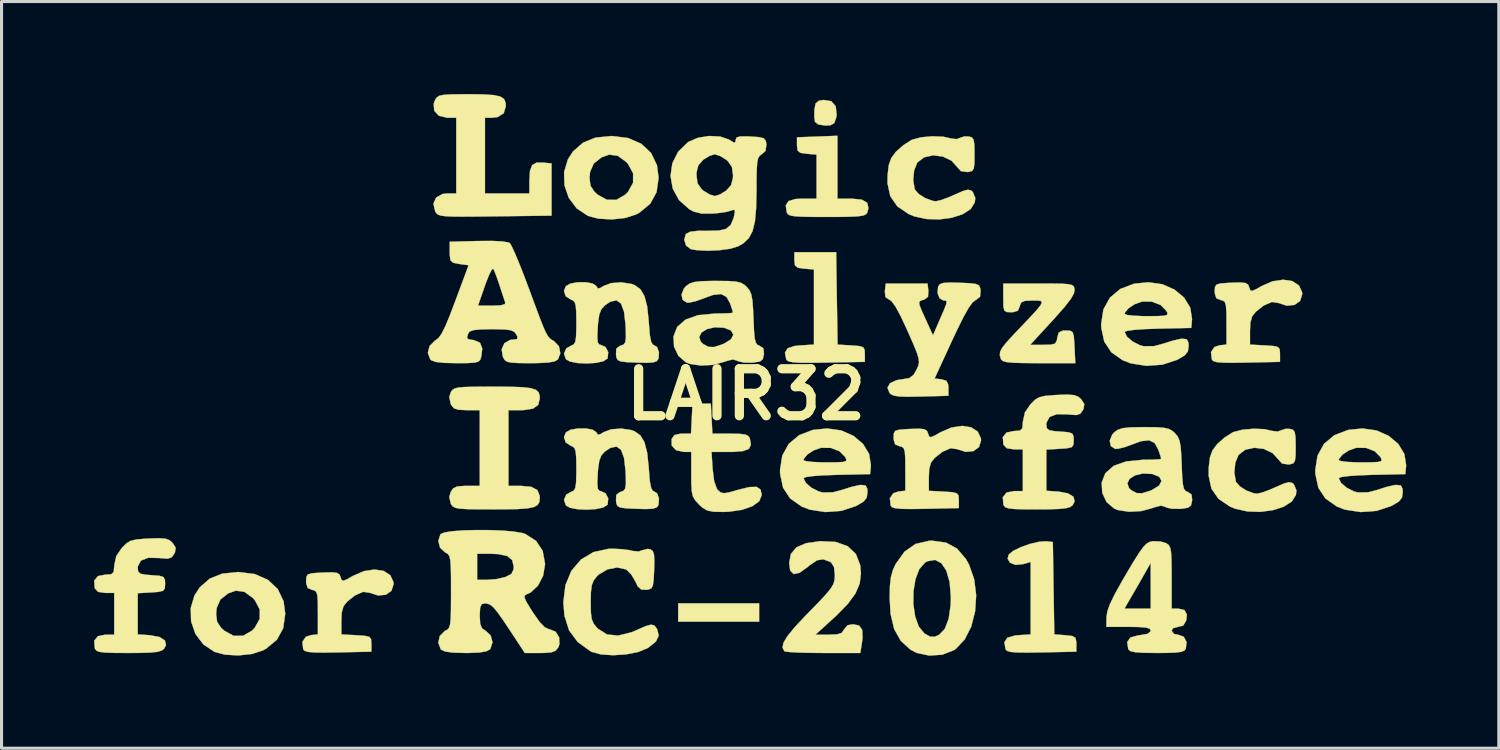
<source format=kicad_pcb>
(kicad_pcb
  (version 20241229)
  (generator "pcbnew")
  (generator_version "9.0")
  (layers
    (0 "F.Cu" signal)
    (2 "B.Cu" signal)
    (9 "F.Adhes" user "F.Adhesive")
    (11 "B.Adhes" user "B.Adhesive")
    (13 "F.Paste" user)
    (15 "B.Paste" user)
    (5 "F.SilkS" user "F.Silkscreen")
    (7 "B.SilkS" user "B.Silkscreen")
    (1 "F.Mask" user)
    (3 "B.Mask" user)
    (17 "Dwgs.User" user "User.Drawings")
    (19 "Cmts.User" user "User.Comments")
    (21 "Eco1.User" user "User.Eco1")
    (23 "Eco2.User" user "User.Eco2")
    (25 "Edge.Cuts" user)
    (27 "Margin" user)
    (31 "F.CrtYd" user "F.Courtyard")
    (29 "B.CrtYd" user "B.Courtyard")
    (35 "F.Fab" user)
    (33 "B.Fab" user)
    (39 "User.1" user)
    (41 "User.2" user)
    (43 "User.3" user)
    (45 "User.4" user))
  (footprint "LAIR32"
    (layer "F.Cu")
    (at 21.143 9.742)
    (property "Reference" "LAIR32" (at 0 0 0) (layer "F.SilkS") (effects (font (size 1.524 1.524) (thickness 0.3))))
    (attr through_hole)
    (fp_poly (pts (xy 0.423 7.366) (xy -2.201 7.366) (xy -2.201 6.773) (xy 0.423 6.773) (xy 0.423 7.366)) (stroke (width 0.01) (type solid)) (fill yes) (layer "F.SilkS"))
    (fp_poly (pts (xy 2.761 -9.511) (xy 2.907 -9.346) (xy 2.937 -9.076) (xy 2.92 -8.97) (xy 2.859 -8.799) (xy 2.738 -8.731) (xy 2.573 -8.721) (xy 2.349 -8.754) (xy 2.235 -8.839) (xy 2.235 -8.84) (xy 2.211 -9.003) (xy 2.216 -9.234) (xy 2.217 -9.242) (xy 2.256 -9.439) (xy 2.36 -9.525) (xy 2.513 -9.551) (xy 2.761 -9.511)) (stroke (width 0.01) (type solid)) (fill yes) (layer "F.SilkS"))
    (fp_poly (pts (xy 2.944 -3.116) (xy 2.967 -1.617) (xy 3.41 -1.592) (xy 3.668 -1.571) (xy 3.799 -1.531) (xy 3.846 -1.443) (xy 3.852 -1.312) (xy 3.852 -1.058) (xy 2.602 -1.035) (xy 2.104 -1.028) (xy 1.75 -1.031) (xy 1.517 -1.045) (xy 1.38 -1.073) (xy 1.315 -1.115) (xy 1.303 -1.136) (xy 1.261 -1.357) (xy 1.348 -1.498) (xy 1.577 -1.574) (xy 1.758 -1.592) (xy 2.201 -1.618) (xy 2.201 -4.054) (xy 1.884 -4.08) (xy 1.675 -4.111) (xy 1.586 -4.186) (xy 1.566 -4.348) (xy 1.566 -4.36) (xy 1.566 -4.614) (xy 2.921 -4.614) (xy 2.944 -3.116)) (stroke (width 0.01) (type solid)) (fill yes) (layer "F.SilkS"))
    (fp_poly (pts (xy 9.948 4.784) (xy 9.971 6.282) (xy 9.995 7.78) (xy 10.352 7.806) (xy 10.578 7.832) (xy 10.681 7.891) (xy 10.709 8.021) (xy 10.71 8.086) (xy 10.71 8.34) (xy 9.587 8.363) (xy 9.117 8.37) (xy 8.791 8.366) (xy 8.583 8.349) (xy 8.467 8.316) (xy 8.417 8.266) (xy 8.415 8.262) (xy 8.376 8.036) (xy 8.472 7.891) (xy 8.714 7.817) (xy 8.827 7.806) (xy 9.229 7.78) (xy 9.229 5.43) (xy 8.98 5.502) (xy 8.738 5.524) (xy 8.559 5.457) (xy 8.481 5.325) (xy 8.517 5.191) (xy 8.657 5.074) (xy 8.906 4.952) (xy 9.208 4.845) (xy 9.504 4.775) (xy 9.737 4.76) (xy 9.948 4.784)) (stroke (width 0.01) (type solid)) (fill yes) (layer "F.SilkS"))
    (fp_poly (pts (xy 2.963 -6.35) (xy 3.423 -6.35) (xy 3.751 -6.318) (xy 3.93 -6.217) (xy 3.968 -6.039) (xy 3.93 -5.896) (xy 3.889 -5.842) (xy 3.798 -5.803) (xy 3.632 -5.778) (xy 3.365 -5.764) (xy 2.971 -5.758) (xy 2.621 -5.757) (xy 2.133 -5.759) (xy 1.789 -5.766) (xy 1.561 -5.781) (xy 1.424 -5.808) (xy 1.352 -5.85) (xy 1.318 -5.91) (xy 1.316 -5.915) (xy 1.287 -6.136) (xy 1.38 -6.274) (xy 1.61 -6.34) (xy 1.829 -6.35) (xy 2.286 -6.35) (xy 2.286 -7.779) (xy 1.968 -7.805) (xy 1.76 -7.836) (xy 1.67 -7.911) (xy 1.651 -8.073) (xy 1.651 -8.086) (xy 1.651 -8.34) (xy 2.307 -8.364) (xy 2.963 -8.389) (xy 2.963 -6.35)) (stroke (width 0.01) (type solid)) (fill yes) (layer "F.SilkS"))
    (fp_poly (pts (xy -15.936 5.822) (xy -15.506 6.01) (xy -15.188 6.308) (xy -14.997 6.705) (xy -14.944 7.112) (xy -15.01 7.581) (xy -15.215 7.954) (xy -15.565 8.243) (xy -15.667 8.299) (xy -16.026 8.415) (xy -16.461 8.462) (xy -16.897 8.437) (xy -17.234 8.348) (xy -17.6 8.104) (xy -17.857 7.761) (xy -17.996 7.357) (xy -18.003 7.126) (xy -17.185 7.126) (xy -17.153 7.371) (xy -17.025 7.564) (xy -16.918 7.662) (xy -16.615 7.827) (xy -16.312 7.826) (xy -16.023 7.659) (xy -15.938 7.573) (xy -15.772 7.277) (xy -15.771 6.967) (xy -15.932 6.666) (xy -15.995 6.597) (xy -16.27 6.398) (xy -16.547 6.362) (xy -16.791 6.448) (xy -17.045 6.647) (xy -17.166 6.921) (xy -17.185 7.126) (xy -18.003 7.126) (xy -18.009 6.929) (xy -17.886 6.515) (xy -17.717 6.256) (xy -17.393 5.972) (xy -16.987 5.81) (xy -16.473 5.757) (xy -16.467 5.757) (xy -15.936 5.822)) (stroke (width 0.01) (type solid)) (fill yes) (layer "F.SilkS"))
    (fp_poly (pts (xy -3.829 -8.317) (xy -3.398 -8.13) (xy -3.081 -7.832) (xy -2.89 -7.435) (xy -2.836 -7.027) (xy -2.903 -6.559) (xy -3.108 -6.185) (xy -3.457 -5.896) (xy -3.56 -5.84) (xy -3.918 -5.724) (xy -4.354 -5.677) (xy -4.789 -5.702) (xy -5.127 -5.792) (xy -5.493 -6.036) (xy -5.75 -6.378) (xy -5.889 -6.782) (xy -5.896 -7.014) (xy -5.077 -7.014) (xy -5.045 -6.769) (xy -4.918 -6.575) (xy -4.811 -6.477) (xy -4.508 -6.312) (xy -4.204 -6.313) (xy -3.916 -6.48) (xy -3.831 -6.566) (xy -3.665 -6.863) (xy -3.663 -7.172) (xy -3.825 -7.473) (xy -3.888 -7.542) (xy -4.163 -7.741) (xy -4.44 -7.777) (xy -4.683 -7.691) (xy -4.938 -7.492) (xy -5.059 -7.219) (xy -5.077 -7.014) (xy -5.896 -7.014) (xy -5.901 -7.21) (xy -5.778 -7.624) (xy -5.61 -7.883) (xy -5.285 -8.167) (xy -4.88 -8.33) (xy -4.366 -8.382) (xy -4.36 -8.382) (xy -3.829 -8.317)) (stroke (width 0.01) (type solid)) (fill yes) (layer "F.SilkS"))
    (fp_poly (pts (xy -8.511 -9.731) (xy -8.179 -9.708) (xy -7.965 -9.66) (xy -7.846 -9.579) (xy -7.796 -9.457) (xy -7.789 -9.356) (xy -7.857 -9.123) (xy -8.054 -8.996) (xy -8.23 -8.975) (xy -8.467 -8.975) (xy -8.467 -6.519) (xy -7.027 -6.519) (xy -7.026 -6.921) (xy -7.007 -7.249) (xy -6.937 -7.438) (xy -6.797 -7.518) (xy -6.595 -7.52) (xy -6.308 -7.493) (xy -6.308 -5.8) (xy -8.145 -5.777) (xy -8.748 -5.77) (xy -9.203 -5.767) (xy -9.534 -5.77) (xy -9.761 -5.782) (xy -9.908 -5.803) (xy -9.995 -5.835) (xy -10.047 -5.881) (xy -10.08 -5.936) (xy -10.139 -6.184) (xy -10.052 -6.385) (xy -9.842 -6.502) (xy -9.696 -6.519) (xy -9.398 -6.519) (xy -9.398 -8.975) (xy -9.696 -8.975) (xy -9.959 -9.037) (xy -10.111 -9.199) (xy -10.13 -9.427) (xy -10.081 -9.557) (xy -10.029 -9.634) (xy -9.948 -9.685) (xy -9.808 -9.716) (xy -9.577 -9.731) (xy -9.224 -9.736) (xy -8.989 -9.737) (xy -8.511 -9.731)) (stroke (width 0.01) (type solid)) (fill yes) (layer "F.SilkS"))
    (fp_poly (pts (xy -1.092 1.27) (xy -0.509 1.27) (xy -0.193 1.277) (xy -0.007 1.303) (xy 0.088 1.36) (xy 0.123 1.427) (xy 0.157 1.632) (xy 0.091 1.764) (xy -0.098 1.836) (xy -0.428 1.862) (xy -0.527 1.863) (xy -1.12 1.863) (xy -1.085 2.414) (xy -1.034 2.816) (xy -0.943 3.064) (xy -0.91 3.106) (xy -0.82 3.179) (xy -0.714 3.202) (xy -0.543 3.173) (xy -0.264 3.093) (xy 0.103 3.002) (xy 0.34 2.996) (xy 0.469 3.08) (xy 0.508 3.257) (xy 0.508 3.261) (xy 0.428 3.459) (xy 0.207 3.622) (xy -0.131 3.74) (xy -0.558 3.802) (xy -0.747 3.808) (xy -1.056 3.801) (xy -1.256 3.763) (xy -1.408 3.675) (xy -1.531 3.563) (xy -1.651 3.431) (xy -1.724 3.304) (xy -1.762 3.134) (xy -1.776 2.875) (xy -1.778 2.589) (xy -1.778 1.863) (xy -2.022 1.863) (xy -2.272 1.806) (xy -2.412 1.655) (xy -2.414 1.443) (xy -2.322 1.316) (xy -2.126 1.271) (xy -2.073 1.27) (xy -1.786 1.27) (xy -1.736 0.296) (xy -1.143 0.296) (xy -1.092 1.27)) (stroke (width 0.01) (type solid)) (fill yes) (layer "F.SilkS"))
    (fp_poly (pts (xy 6.483 4.803) (xy 6.84 4.996) (xy 7.128 5.334) (xy 7.233 5.523) (xy 7.399 5.999) (xy 7.462 6.517) (xy 7.426 7.038) (xy 7.301 7.526) (xy 7.091 7.942) (xy 6.804 8.248) (xy 6.736 8.294) (xy 6.363 8.438) (xy 5.94 8.466) (xy 5.536 8.381) (xy 5.332 8.276) (xy 5.014 7.985) (xy 4.801 7.603) (xy 4.685 7.11) (xy 4.668 6.8) (xy 5.425 6.8) (xy 5.482 7.196) (xy 5.6 7.526) (xy 5.779 7.744) (xy 5.779 7.745) (xy 5.967 7.853) (xy 6.118 7.856) (xy 6.259 7.793) (xy 6.443 7.603) (xy 6.57 7.274) (xy 6.634 6.826) (xy 6.641 6.562) (xy 6.6 6.08) (xy 6.494 5.711) (xy 6.331 5.468) (xy 6.123 5.363) (xy 5.879 5.408) (xy 5.8 5.453) (xy 5.617 5.664) (xy 5.493 5.989) (xy 5.429 6.383) (xy 5.425 6.8) (xy 4.668 6.8) (xy 4.657 6.604) (xy 4.665 6.204) (xy 4.698 5.916) (xy 4.765 5.684) (xy 4.853 5.495) (xy 5.139 5.095) (xy 5.496 4.846) (xy 5.932 4.745) (xy 6.035 4.741) (xy 6.483 4.803)) (stroke (width 0.01) (type solid)) (fill yes) (layer "F.SilkS"))
    (fp_poly (pts (xy -7.646 -0.251) (xy -7.253 -0.236) (xy -6.985 -0.206) (xy -6.817 -0.152) (xy -6.727 -0.071) (xy -6.692 0.044) (xy -6.689 0.127) (xy -6.74 0.336) (xy -6.908 0.459) (xy -7.21 0.506) (xy -7.298 0.508) (xy -7.705 0.508) (xy -7.705 2.963) (xy -7.298 2.963) (xy -6.963 2.996) (xy -6.767 3.1) (xy -6.691 3.289) (xy -6.689 3.344) (xy -6.702 3.482) (xy -6.758 3.581) (xy -6.879 3.65) (xy -7.087 3.693) (xy -7.407 3.716) (xy -7.86 3.724) (xy -8.184 3.725) (xy -8.679 3.724) (xy -9.031 3.718) (xy -9.268 3.704) (xy -9.416 3.678) (xy -9.503 3.637) (xy -9.555 3.577) (xy -9.573 3.545) (xy -9.625 3.325) (xy -9.578 3.164) (xy -9.498 3.042) (xy -9.367 2.982) (xy -9.134 2.964) (xy -9.061 2.963) (xy -8.636 2.963) (xy -8.636 0.508) (xy -9.061 0.508) (xy -9.325 0.496) (xy -9.474 0.448) (xy -9.561 0.341) (xy -9.578 0.307) (xy -9.624 0.076) (xy -9.573 -0.074) (xy -9.528 -0.143) (xy -9.459 -0.191) (xy -9.34 -0.223) (xy -9.145 -0.242) (xy -8.845 -0.251) (xy -8.415 -0.254) (xy -8.184 -0.254) (xy -7.646 -0.251)) (stroke (width 0.01) (type solid)) (fill yes) (layer "F.SilkS"))
    (fp_poly (pts (xy -11.75 5.722) (xy -11.537 5.86) (xy -11.434 6.083) (xy -11.43 6.149) (xy -11.499 6.366) (xy -11.68 6.493) (xy -11.932 6.518) (xy -12.198 6.432) (xy -12.415 6.399) (xy -12.68 6.514) (xy -12.933 6.714) (xy -13.053 6.865) (xy -13.111 7.068) (xy -13.123 7.334) (xy -13.123 7.781) (xy -12.636 7.806) (xy -12.363 7.825) (xy -12.218 7.859) (xy -12.16 7.933) (xy -12.15 8.07) (xy -12.15 8.086) (xy -12.15 8.34) (xy -13.231 8.363) (xy -13.69 8.37) (xy -14.007 8.366) (xy -14.207 8.347) (xy -14.316 8.312) (xy -14.36 8.262) (xy -14.388 8.023) (xy -14.277 7.859) (xy -14.117 7.805) (xy -13.885 7.778) (xy -13.885 7.07) (xy -13.888 6.723) (xy -13.903 6.511) (xy -13.939 6.398) (xy -14.004 6.35) (xy -14.076 6.335) (xy -14.216 6.275) (xy -14.265 6.117) (xy -14.266 6.054) (xy -14.259 5.916) (xy -14.213 5.837) (xy -14.088 5.799) (xy -13.846 5.78) (xy -13.73 5.774) (xy -13.435 5.766) (xy -13.266 5.784) (xy -13.183 5.838) (xy -13.149 5.921) (xy -13.115 6.018) (xy -13.053 6.04) (xy -12.922 5.983) (xy -12.747 5.882) (xy -12.387 5.727) (xy -12.044 5.676) (xy -11.75 5.722)) (stroke (width 0.01) (type solid)) (fill yes) (layer "F.SilkS"))
    (fp_poly (pts (xy 7.3 1.065) (xy 7.513 1.203) (xy 7.616 1.426) (xy 7.62 1.493) (xy 7.551 1.709) (xy 7.37 1.837) (xy 7.118 1.861) (xy 6.852 1.775) (xy 6.635 1.742) (xy 6.37 1.857) (xy 6.117 2.057) (xy 5.997 2.208) (xy 5.939 2.411) (xy 5.927 2.678) (xy 5.927 3.124) (xy 6.413 3.15) (xy 6.687 3.168) (xy 6.832 3.203) (xy 6.89 3.277) (xy 6.9 3.413) (xy 6.9 3.429) (xy 6.9 3.683) (xy 5.819 3.707) (xy 5.36 3.714) (xy 5.043 3.709) (xy 4.843 3.69) (xy 4.734 3.656) (xy 4.69 3.606) (xy 4.662 3.367) (xy 4.773 3.203) (xy 4.933 3.148) (xy 5.165 3.121) (xy 5.165 2.413) (xy 5.162 2.067) (xy 5.147 1.855) (xy 5.111 1.742) (xy 5.046 1.693) (xy 4.974 1.678) (xy 4.834 1.618) (xy 4.785 1.46) (xy 4.784 1.397) (xy 4.791 1.259) (xy 4.837 1.181) (xy 4.962 1.142) (xy 5.204 1.123) (xy 5.32 1.118) (xy 5.615 1.109) (xy 5.784 1.127) (xy 5.867 1.182) (xy 5.901 1.264) (xy 5.935 1.362) (xy 5.997 1.384) (xy 6.128 1.326) (xy 6.303 1.226) (xy 6.663 1.07) (xy 7.006 1.019) (xy 7.3 1.065)) (stroke (width 0.01) (type solid)) (fill yes) (layer "F.SilkS"))
    (fp_poly (pts (xy 17.714 -3.676) (xy 17.927 -3.538) (xy 18.03 -3.315) (xy 18.034 -3.249) (xy 17.965 -3.032) (xy 17.784 -2.905) (xy 17.532 -2.88) (xy 17.266 -2.966) (xy 17.049 -2.999) (xy 16.784 -2.884) (xy 16.531 -2.684) (xy 16.411 -2.533) (xy 16.353 -2.33) (xy 16.341 -2.064) (xy 16.341 -1.617) (xy 16.828 -1.592) (xy 17.101 -1.573) (xy 17.246 -1.539) (xy 17.304 -1.465) (xy 17.314 -1.328) (xy 17.314 -1.312) (xy 17.314 -1.058) (xy 16.233 -1.035) (xy 15.774 -1.028) (xy 15.457 -1.032) (xy 15.257 -1.051) (xy 15.148 -1.086) (xy 15.104 -1.136) (xy 15.076 -1.375) (xy 15.187 -1.539) (xy 15.347 -1.593) (xy 15.579 -1.62) (xy 15.579 -2.328) (xy 15.576 -2.675) (xy 15.561 -2.887) (xy 15.525 -3) (xy 15.46 -3.048) (xy 15.388 -3.063) (xy 15.248 -3.123) (xy 15.199 -3.281) (xy 15.198 -3.344) (xy 15.205 -3.482) (xy 15.251 -3.561) (xy 15.376 -3.599) (xy 15.618 -3.618) (xy 15.734 -3.624) (xy 16.029 -3.632) (xy 16.198 -3.614) (xy 16.281 -3.56) (xy 16.315 -3.477) (xy 16.349 -3.38) (xy 16.411 -3.358) (xy 16.542 -3.415) (xy 16.717 -3.516) (xy 17.077 -3.671) (xy 17.42 -3.722) (xy 17.714 -3.676)) (stroke (width 0.01) (type solid)) (fill yes) (layer "F.SilkS"))
    (fp_poly (pts (xy 2.908 4.781) (xy 3.296 4.921) (xy 3.563 5.175) (xy 3.703 5.54) (xy 3.725 5.804) (xy 3.684 6.133) (xy 3.547 6.453) (xy 3.299 6.791) (xy 2.921 7.177) (xy 2.85 7.242) (xy 2.25 7.789) (xy 2.686 7.789) (xy 2.954 7.778) (xy 3.099 7.733) (xy 3.169 7.639) (xy 3.175 7.62) (xy 3.291 7.483) (xy 3.468 7.451) (xy 3.667 7.493) (xy 3.766 7.634) (xy 3.777 7.895) (xy 3.757 8.05) (xy 3.704 8.382) (xy 2.501 8.382) (xy 2.066 8.378) (xy 1.693 8.368) (xy 1.413 8.352) (xy 1.26 8.333) (xy 1.242 8.326) (xy 1.183 8.211) (xy 1.211 8.055) (xy 1.337 7.842) (xy 1.57 7.555) (xy 1.92 7.18) (xy 2.032 7.066) (xy 2.367 6.722) (xy 2.6 6.472) (xy 2.749 6.288) (xy 2.833 6.144) (xy 2.87 6.014) (xy 2.879 5.871) (xy 2.879 5.857) (xy 2.852 5.596) (xy 2.759 5.45) (xy 2.715 5.422) (xy 2.5 5.344) (xy 2.301 5.377) (xy 2.068 5.533) (xy 1.995 5.595) (xy 1.731 5.784) (xy 1.543 5.823) (xy 1.431 5.711) (xy 1.397 5.469) (xy 1.454 5.17) (xy 1.632 4.958) (xy 1.944 4.823) (xy 2.401 4.757) (xy 2.908 4.781)) (stroke (width 0.01) (type solid)) (fill yes) (layer "F.SilkS"))
    (fp_poly (pts (xy 9.941 -3.597) (xy 10.258 -3.592) (xy 10.46 -3.576) (xy 10.575 -3.547) (xy 10.629 -3.499) (xy 10.65 -3.428) (xy 10.653 -3.404) (xy 10.633 -3.281) (xy 10.536 -3.107) (xy 10.346 -2.86) (xy 10.051 -2.523) (xy 9.947 -2.409) (xy 9.212 -1.609) (xy 9.638 -1.609) (xy 9.891 -1.616) (xy 10.022 -1.652) (xy 10.075 -1.743) (xy 10.091 -1.841) (xy 10.138 -2.009) (xy 10.265 -2.069) (xy 10.372 -2.074) (xy 10.51 -2.067) (xy 10.589 -2.02) (xy 10.627 -1.894) (xy 10.646 -1.649) (xy 10.651 -1.545) (xy 10.676 -1.016) (xy 9.496 -1.016) (xy 9.017 -1.019) (xy 8.681 -1.028) (xy 8.462 -1.048) (xy 8.336 -1.081) (xy 8.275 -1.129) (xy 8.264 -1.15) (xy 8.229 -1.27) (xy 8.237 -1.382) (xy 8.305 -1.515) (xy 8.451 -1.698) (xy 8.691 -1.959) (xy 8.83 -2.105) (xy 9.172 -2.464) (xy 9.408 -2.719) (xy 9.545 -2.886) (xy 9.592 -2.984) (xy 9.559 -3.032) (xy 9.454 -3.047) (xy 9.287 -3.048) (xy 9.046 -3.037) (xy 8.926 -2.989) (xy 8.879 -2.882) (xy 8.875 -2.857) (xy 8.815 -2.717) (xy 8.657 -2.669) (xy 8.594 -2.667) (xy 8.448 -2.675) (xy 8.373 -2.726) (xy 8.344 -2.862) (xy 8.34 -3.126) (xy 8.34 -3.598) (xy 9.483 -3.598) (xy 9.941 -3.597)) (stroke (width 0.01) (type solid)) (fill yes) (layer "F.SilkS"))
    (fp_poly (pts (xy 6.399 -8.358) (xy 6.646 -8.302) (xy 6.828 -8.28) (xy 6.917 -8.314) (xy 7.076 -8.368) (xy 7.213 -8.367) (xy 7.319 -8.339) (xy 7.377 -8.264) (xy 7.403 -8.103) (xy 7.408 -7.816) (xy 7.408 -7.789) (xy 7.405 -7.493) (xy 7.383 -7.326) (xy 7.327 -7.247) (xy 7.222 -7.218) (xy 7.181 -7.213) (xy 6.967 -7.243) (xy 6.861 -7.36) (xy 6.661 -7.582) (xy 6.379 -7.716) (xy 6.067 -7.755) (xy 5.775 -7.692) (xy 5.555 -7.523) (xy 5.548 -7.513) (xy 5.449 -7.262) (xy 5.42 -6.945) (xy 5.469 -6.655) (xy 5.471 -6.65) (xy 5.595 -6.504) (xy 5.812 -6.367) (xy 6.05 -6.279) (xy 6.155 -6.266) (xy 6.312 -6.301) (xy 6.559 -6.39) (xy 6.767 -6.481) (xy 7.032 -6.597) (xy 7.193 -6.64) (xy 7.295 -6.617) (xy 7.35 -6.572) (xy 7.433 -6.373) (xy 7.416 -6.225) (xy 7.281 -6.011) (xy 7.019 -5.844) (xy 6.668 -5.73) (xy 6.265 -5.677) (xy 5.847 -5.69) (xy 5.452 -5.776) (xy 5.273 -5.85) (xy 4.903 -6.102) (xy 4.677 -6.429) (xy 4.586 -6.849) (xy 4.589 -7.117) (xy 4.628 -7.441) (xy 4.708 -7.666) (xy 4.852 -7.861) (xy 4.874 -7.885) (xy 5.104 -8.086) (xy 5.352 -8.245) (xy 5.395 -8.265) (xy 5.684 -8.341) (xy 6.046 -8.373) (xy 6.399 -8.358)) (stroke (width 0.01) (type solid)) (fill yes) (layer "F.SilkS"))
    (fp_poly (pts (xy 16.813 1.125) (xy 17.06 1.181) (xy 17.242 1.203) (xy 17.331 1.168) (xy 17.49 1.115) (xy 17.627 1.115) (xy 17.733 1.144) (xy 17.791 1.219) (xy 17.817 1.379) (xy 17.822 1.666) (xy 17.822 1.693) (xy 17.819 1.99) (xy 17.797 2.157) (xy 17.741 2.235) (xy 17.636 2.265) (xy 17.595 2.27) (xy 17.381 2.239) (xy 17.275 2.123) (xy 17.075 1.9) (xy 16.793 1.767) (xy 16.481 1.728) (xy 16.189 1.79) (xy 15.969 1.96) (xy 15.962 1.97) (xy 15.863 2.221) (xy 15.834 2.537) (xy 15.883 2.827) (xy 15.885 2.833) (xy 16.009 2.978) (xy 16.226 3.116) (xy 16.464 3.204) (xy 16.569 3.217) (xy 16.726 3.182) (xy 16.973 3.092) (xy 17.181 3.002) (xy 17.446 2.886) (xy 17.607 2.843) (xy 17.709 2.866) (xy 17.764 2.911) (xy 17.847 3.109) (xy 17.83 3.258) (xy 17.695 3.472) (xy 17.433 3.639) (xy 17.082 3.752) (xy 16.679 3.806) (xy 16.261 3.793) (xy 15.866 3.706) (xy 15.687 3.633) (xy 15.317 3.381) (xy 15.091 3.054) (xy 15 2.634) (xy 15.003 2.366) (xy 15.042 2.042) (xy 15.122 1.817) (xy 15.266 1.622) (xy 15.288 1.598) (xy 15.518 1.396) (xy 15.766 1.237) (xy 15.809 1.217) (xy 16.098 1.142) (xy 16.46 1.11) (xy 16.813 1.125)) (stroke (width 0.01) (type solid)) (fill yes) (layer "F.SilkS"))
    (fp_poly (pts (xy 3.086 1.166) (xy 3.482 1.341) (xy 3.792 1.603) (xy 3.99 1.928) (xy 4.048 2.295) (xy 4.045 2.328) (xy 4.022 2.582) (xy 2.942 2.606) (xy 2.511 2.622) (xy 2.17 2.646) (xy 1.945 2.677) (xy 1.863 2.711) (xy 1.863 2.712) (xy 1.935 2.865) (xy 2.117 3.022) (xy 2.353 3.142) (xy 2.474 3.176) (xy 2.815 3.173) (xy 3.135 3.087) (xy 3.411 2.998) (xy 3.657 2.941) (xy 3.725 2.933) (xy 3.876 2.95) (xy 3.931 3.056) (xy 3.937 3.175) (xy 3.913 3.343) (xy 3.816 3.468) (xy 3.604 3.596) (xy 3.559 3.619) (xy 3.089 3.774) (xy 2.567 3.812) (xy 2.061 3.733) (xy 1.801 3.633) (xy 1.431 3.373) (xy 1.2 3.025) (xy 1.104 2.577) (xy 1.101 2.451) (xy 1.151 2.13) (xy 1.863 2.13) (xy 1.941 2.162) (xy 2.15 2.187) (xy 2.45 2.2) (xy 2.585 2.201) (xy 2.933 2.199) (xy 3.141 2.188) (xy 3.237 2.16) (xy 3.251 2.107) (xy 3.215 2.028) (xy 3.027 1.838) (xy 2.743 1.731) (xy 2.426 1.729) (xy 2.419 1.731) (xy 2.188 1.814) (xy 1.987 1.946) (xy 1.872 2.086) (xy 1.863 2.13) (xy 1.151 2.13) (xy 1.174 1.982) (xy 1.385 1.6) (xy 1.721 1.319) (xy 2.167 1.149) (xy 2.63 1.102) (xy 3.086 1.166)) (stroke (width 0.01) (type solid)) (fill yes) (layer "F.SilkS"))
    (fp_poly (pts (xy 13.5 -3.575) (xy 13.896 -3.4) (xy 14.206 -3.139) (xy 14.404 -2.813) (xy 14.462 -2.446) (xy 14.459 -2.413) (xy 14.436 -2.159) (xy 13.356 -2.135) (xy 12.925 -2.12) (xy 12.584 -2.095) (xy 12.359 -2.064) (xy 12.277 -2.03) (xy 12.277 -2.029) (xy 12.349 -1.877) (xy 12.531 -1.72) (xy 12.767 -1.599) (xy 12.888 -1.565) (xy 13.229 -1.568) (xy 13.549 -1.654) (xy 13.825 -1.743) (xy 14.071 -1.8) (xy 14.139 -1.808) (xy 14.29 -1.792) (xy 14.345 -1.685) (xy 14.351 -1.566) (xy 14.327 -1.398) (xy 14.23 -1.273) (xy 14.018 -1.145) (xy 13.973 -1.122) (xy 13.503 -0.967) (xy 12.981 -0.929) (xy 12.475 -1.009) (xy 12.215 -1.109) (xy 11.845 -1.368) (xy 11.614 -1.717) (xy 11.518 -2.164) (xy 11.515 -2.291) (xy 11.565 -2.612) (xy 12.277 -2.612) (xy 12.355 -2.579) (xy 12.564 -2.555) (xy 12.864 -2.541) (xy 12.999 -2.54) (xy 13.347 -2.542) (xy 13.555 -2.553) (xy 13.651 -2.581) (xy 13.665 -2.635) (xy 13.629 -2.713) (xy 13.441 -2.903) (xy 13.157 -3.011) (xy 12.84 -3.012) (xy 12.833 -3.011) (xy 12.602 -2.928) (xy 12.401 -2.795) (xy 12.286 -2.655) (xy 12.277 -2.612) (xy 11.565 -2.612) (xy 11.588 -2.76) (xy 11.799 -3.141) (xy 12.135 -3.422) (xy 12.581 -3.592) (xy 13.044 -3.639) (xy 13.5 -3.575)) (stroke (width 0.01) (type solid)) (fill yes) (layer "F.SilkS"))
    (fp_poly (pts (xy 20.442 1.166) (xy 20.838 1.341) (xy 21.149 1.603) (xy 21.346 1.928) (xy 21.404 2.295) (xy 21.402 2.328) (xy 21.378 2.582) (xy 20.299 2.606) (xy 19.868 2.622) (xy 19.527 2.646) (xy 19.302 2.677) (xy 19.219 2.711) (xy 19.219 2.712) (xy 19.292 2.865) (xy 19.473 3.022) (xy 19.71 3.142) (xy 19.831 3.176) (xy 20.172 3.173) (xy 20.492 3.087) (xy 20.768 2.998) (xy 21.013 2.941) (xy 21.082 2.933) (xy 21.232 2.95) (xy 21.288 3.056) (xy 21.294 3.175) (xy 21.27 3.343) (xy 21.172 3.468) (xy 20.961 3.596) (xy 20.916 3.619) (xy 20.446 3.774) (xy 19.924 3.812) (xy 19.418 3.733) (xy 19.158 3.633) (xy 18.787 3.373) (xy 18.557 3.025) (xy 18.461 2.577) (xy 18.457 2.451) (xy 18.508 2.13) (xy 19.219 2.13) (xy 19.298 2.162) (xy 19.506 2.187) (xy 19.807 2.2) (xy 19.942 2.201) (xy 20.29 2.199) (xy 20.497 2.188) (xy 20.594 2.16) (xy 20.607 2.107) (xy 20.572 2.028) (xy 20.384 1.838) (xy 20.099 1.731) (xy 19.782 1.729) (xy 19.775 1.731) (xy 19.545 1.814) (xy 19.344 1.946) (xy 19.229 2.086) (xy 19.219 2.13) (xy 18.508 2.13) (xy 18.531 1.982) (xy 18.742 1.6) (xy 19.078 1.319) (xy 19.523 1.149) (xy 19.987 1.102) (xy 20.442 1.166)) (stroke (width 0.01) (type solid)) (fill yes) (layer "F.SilkS"))
    (fp_poly (pts (xy -4.027 5.016) (xy -3.78 5.048) (xy -3.683 5.073) (xy -3.483 5.091) (xy -3.377 5.054) (xy -3.19 5.007) (xy -3.098 5.023) (xy -3.024 5.079) (xy -2.984 5.201) (xy -2.974 5.425) (xy -2.981 5.693) (xy -2.997 6.01) (xy -3.023 6.196) (xy -3.073 6.288) (xy -3.164 6.324) (xy -3.235 6.334) (xy -3.401 6.325) (xy -3.512 6.222) (xy -3.588 6.066) (xy -3.719 5.842) (xy -3.877 5.683) (xy -3.896 5.672) (xy -4.175 5.609) (xy -4.489 5.669) (xy -4.774 5.835) (xy -4.834 5.892) (xy -4.942 6.03) (xy -5.004 6.187) (xy -5.032 6.414) (xy -5.038 6.736) (xy -5.032 7.069) (xy -5.005 7.284) (xy -4.943 7.433) (xy -4.832 7.568) (xy -4.805 7.595) (xy -4.512 7.781) (xy -4.149 7.819) (xy -3.711 7.709) (xy -3.539 7.636) (xy -3.254 7.511) (xy -3.078 7.463) (xy -2.971 7.492) (xy -2.892 7.595) (xy -2.882 7.614) (xy -2.831 7.82) (xy -2.923 8.011) (xy -3.169 8.209) (xy -3.196 8.226) (xy -3.499 8.35) (xy -3.892 8.428) (xy -4.315 8.455) (xy -4.709 8.428) (xy -5.011 8.345) (xy -5.038 8.331) (xy -5.458 8.028) (xy -5.739 7.649) (xy -5.89 7.175) (xy -5.925 6.737) (xy -5.858 6.182) (xy -5.663 5.716) (xy -5.355 5.353) (xy -4.949 5.111) (xy -4.459 5.005) (xy -4.323 5.001) (xy -4.027 5.016)) (stroke (width 0.01) (type solid)) (fill yes) (layer "F.SilkS"))
    (fp_poly (pts (xy 13.442 4.768) (xy 13.627 4.824) (xy 13.701 4.876) (xy 13.75 4.959) (xy 13.78 5.104) (xy 13.795 5.342) (xy 13.8 5.703) (xy 13.801 5.93) (xy 13.801 6.943) (xy 14.007 6.943) (xy 14.216 6.99) (xy 14.295 7.14) (xy 14.273 7.328) (xy 14.176 7.495) (xy 14.011 7.535) (xy 13.842 7.58) (xy 13.801 7.662) (xy 13.874 7.765) (xy 14.007 7.789) (xy 14.195 7.858) (xy 14.285 8.032) (xy 14.259 8.243) (xy 14.21 8.307) (xy 14.099 8.348) (xy 13.897 8.371) (xy 13.574 8.381) (xy 13.323 8.382) (xy 12.906 8.377) (xy 12.63 8.359) (xy 12.47 8.325) (xy 12.399 8.271) (xy 12.394 8.26) (xy 12.358 8.028) (xy 12.465 7.88) (xy 12.72 7.81) (xy 12.764 7.806) (xy 13.021 7.762) (xy 13.121 7.676) (xy 13.123 7.657) (xy 13.089 7.596) (xy 12.966 7.558) (xy 12.727 7.54) (xy 12.404 7.535) (xy 11.684 7.535) (xy 11.687 7.218) (xy 11.715 7.036) (xy 11.748 6.943) (xy 12.27 6.943) (xy 13.123 6.943) (xy 13.122 6.202) (xy 13.121 5.461) (xy 12.905 5.842) (xy 12.725 6.157) (xy 12.535 6.487) (xy 12.479 6.583) (xy 12.27 6.943) (xy 11.748 6.943) (xy 11.8 6.797) (xy 11.955 6.477) (xy 12.191 6.052) (xy 12.314 5.842) (xy 12.562 5.424) (xy 12.747 5.131) (xy 12.885 4.941) (xy 12.996 4.83) (xy 13.099 4.776) (xy 13.195 4.757) (xy 13.442 4.768)) (stroke (width 0.01) (type solid)) (fill yes) (layer "F.SilkS"))
    (fp_poly (pts (xy -18.83 4.676) (xy -18.696 4.725) (xy -18.598 4.811) (xy -18.496 4.967) (xy -18.52 5.121) (xy -18.544 5.168) (xy -18.628 5.282) (xy -18.753 5.324) (xy -18.976 5.309) (xy -19.023 5.303) (xy -19.387 5.295) (xy -19.623 5.386) (xy -19.724 5.573) (xy -19.727 5.629) (xy -19.712 5.749) (xy -19.636 5.814) (xy -19.459 5.846) (xy -19.283 5.859) (xy -19.024 5.879) (xy -18.892 5.92) (xy -18.845 6.007) (xy -18.838 6.138) (xy -18.848 6.287) (xy -18.905 6.365) (xy -19.053 6.401) (xy -19.283 6.418) (xy -19.727 6.444) (xy -19.727 7.78) (xy -19.334 7.806) (xy -19.026 7.862) (xy -18.846 7.974) (xy -18.81 8.127) (xy -18.875 8.248) (xy -18.954 8.306) (xy -19.095 8.346) (xy -19.326 8.369) (xy -19.677 8.38) (xy -20.028 8.382) (xy -20.467 8.38) (xy -20.766 8.37) (xy -20.953 8.349) (xy -21.057 8.313) (xy -21.108 8.257) (xy -21.121 8.225) (xy -21.138 7.984) (xy -21.016 7.837) (xy -20.777 7.789) (xy -20.489 7.789) (xy -20.489 6.435) (xy -20.78 6.435) (xy -21.009 6.401) (xy -21.116 6.289) (xy -21.121 6.277) (xy -21.138 6.037) (xy -21.016 5.889) (xy -20.777 5.842) (xy -20.584 5.828) (xy -20.505 5.752) (xy -20.489 5.562) (xy -20.489 5.547) (xy -20.422 5.238) (xy -20.244 4.978) (xy -20.103 4.834) (xy -19.963 4.748) (xy -19.773 4.702) (xy -19.48 4.677) (xy -19.376 4.672) (xy -19.042 4.661) (xy -18.83 4.676)) (stroke (width 0.01) (type solid)) (fill yes) (layer "F.SilkS"))
    (fp_poly (pts (xy 10.634 0.02) (xy 10.768 0.069) (xy 10.866 0.154) (xy 10.968 0.311) (xy 10.944 0.464) (xy 10.92 0.511) (xy 10.836 0.625) (xy 10.711 0.667) (xy 10.488 0.652) (xy 10.441 0.646) (xy 10.077 0.638) (xy 9.841 0.729) (xy 9.74 0.916) (xy 9.737 0.972) (xy 9.752 1.093) (xy 9.828 1.158) (xy 10.005 1.19) (xy 10.181 1.202) (xy 10.44 1.222) (xy 10.572 1.263) (xy 10.619 1.35) (xy 10.626 1.482) (xy 10.616 1.63) (xy 10.559 1.709) (xy 10.411 1.744) (xy 10.181 1.761) (xy 9.737 1.787) (xy 9.737 3.123) (xy 10.13 3.149) (xy 10.438 3.206) (xy 10.618 3.318) (xy 10.654 3.471) (xy 10.589 3.591) (xy 10.51 3.65) (xy 10.369 3.689) (xy 10.138 3.712) (xy 9.787 3.723) (xy 9.436 3.725) (xy 8.997 3.723) (xy 8.698 3.714) (xy 8.511 3.693) (xy 8.407 3.656) (xy 8.356 3.6) (xy 8.343 3.568) (xy 8.326 3.328) (xy 8.448 3.18) (xy 8.687 3.133) (xy 8.975 3.133) (xy 8.975 1.778) (xy 8.684 1.778) (xy 8.455 1.744) (xy 8.348 1.633) (xy 8.343 1.621) (xy 8.326 1.38) (xy 8.448 1.233) (xy 8.687 1.185) (xy 8.88 1.172) (xy 8.959 1.095) (xy 8.975 0.905) (xy 8.975 0.89) (xy 9.042 0.581) (xy 9.22 0.321) (xy 9.361 0.177) (xy 9.501 0.092) (xy 9.691 0.046) (xy 9.984 0.021) (xy 10.088 0.015) (xy 10.422 0.004) (xy 10.634 0.02)) (stroke (width 0.01) (type solid)) (fill yes) (layer "F.SilkS"))
    (fp_poly (pts (xy 6.932 -3.623) (xy 7.258 -3.608) (xy 7.453 -3.584) (xy 7.551 -3.537) (xy 7.592 -3.454) (xy 7.605 -3.365) (xy 7.588 -3.171) (xy 7.457 -3.067) (xy 7.443 -3.062) (xy 7.341 -2.982) (xy 7.212 -2.801) (xy 7.045 -2.502) (xy 6.831 -2.07) (xy 6.683 -1.755) (xy 6.113 -0.518) (xy 6.337 -0.492) (xy 6.499 -0.443) (xy 6.557 -0.313) (xy 6.562 -0.212) (xy 6.562 0.042) (xy 5.664 0.066) (xy 5.247 0.073) (xy 4.967 0.065) (xy 4.791 0.037) (xy 4.688 -0.013) (xy 4.653 -0.047) (xy 4.585 -0.22) (xy 4.668 -0.366) (xy 4.882 -0.465) (xy 5.054 -0.491) (xy 5.291 -0.531) (xy 5.432 -0.636) (xy 5.529 -0.805) (xy 5.584 -0.929) (xy 5.608 -1.041) (xy 5.595 -1.173) (xy 5.537 -1.359) (xy 5.426 -1.632) (xy 5.254 -2.023) (xy 5.236 -2.063) (xy 5.018 -2.533) (xy 4.845 -2.852) (xy 4.712 -3.031) (xy 4.641 -3.077) (xy 4.52 -3.158) (xy 4.5 -3.338) (xy 4.502 -3.359) (xy 4.53 -3.598) (xy 5.884 -3.598) (xy 5.912 -3.359) (xy 5.9 -3.17) (xy 5.79 -3.082) (xy 5.764 -3.074) (xy 5.661 -3.044) (xy 5.613 -2.996) (xy 5.624 -2.898) (xy 5.698 -2.713) (xy 5.831 -2.42) (xy 6.061 -1.919) (xy 6.29 -2.447) (xy 6.421 -2.749) (xy 6.49 -2.928) (xy 6.504 -3.016) (xy 6.47 -3.045) (xy 6.398 -3.048) (xy 6.275 -3.12) (xy 6.21 -3.29) (xy 6.227 -3.492) (xy 6.231 -3.505) (xy 6.286 -3.578) (xy 6.404 -3.618) (xy 6.621 -3.63) (xy 6.932 -3.623)) (stroke (width 0.01) (type solid)) (fill yes) (layer "F.SilkS"))
    (fp_poly (pts (xy -0.586 -3.679) (xy -0.334 -3.662) (xy -0.169 -3.623) (xy -0.052 -3.555) (xy 0.019 -3.49) (xy 0.11 -3.381) (xy 0.169 -3.246) (xy 0.206 -3.045) (xy 0.229 -2.74) (xy 0.241 -2.461) (xy 0.257 -2.075) (xy 0.279 -1.825) (xy 0.315 -1.681) (xy 0.37 -1.609) (xy 0.437 -1.58) (xy 0.56 -1.5) (xy 0.58 -1.322) (xy 0.578 -1.297) (xy 0.543 -1.146) (xy 0.45 -1.07) (xy 0.25 -1.037) (xy 0.184 -1.032) (xy -0.067 -1.035) (xy -0.255 -1.076) (xy -0.291 -1.096) (xy -0.431 -1.137) (xy -0.658 -1.078) (xy -0.705 -1.059) (xy -1.069 -0.961) (xy -1.465 -0.938) (xy -1.82 -0.991) (xy -1.946 -1.04) (xy -2.195 -1.252) (xy -2.336 -1.551) (xy -2.353 -1.863) (xy -1.521 -1.863) (xy -1.467 -1.706) (xy -1.39 -1.635) (xy -1.22 -1.544) (xy -1.037 -1.539) (xy -0.78 -1.621) (xy -0.717 -1.647) (xy -0.489 -1.788) (xy -0.413 -1.941) (xy -0.49 -2.076) (xy -0.715 -2.164) (xy -1.017 -2.179) (xy -1.27 -2.12) (xy -1.447 -2.008) (xy -1.521 -1.863) (xy -2.353 -1.863) (xy -2.354 -1.88) (xy -2.236 -2.186) (xy -2.233 -2.191) (xy -1.965 -2.427) (xy -1.558 -2.572) (xy -1.016 -2.624) (xy -0.976 -2.625) (xy -0.695 -2.629) (xy -0.496 -2.64) (xy -0.423 -2.654) (xy -0.448 -2.746) (xy -0.509 -2.93) (xy -0.515 -2.947) (xy -0.635 -3.165) (xy -0.813 -3.257) (xy -1.076 -3.227) (xy -1.343 -3.129) (xy -1.61 -3.032) (xy -1.833 -2.98) (xy -1.919 -2.978) (xy -2.06 -3.072) (xy -2.092 -3.243) (xy -2.014 -3.438) (xy -1.942 -3.518) (xy -1.828 -3.598) (xy -1.673 -3.648) (xy -1.438 -3.674) (xy -1.084 -3.683) (xy -0.967 -3.683) (xy -0.586 -3.679)) (stroke (width 0.01) (type solid)) (fill yes) (layer "F.SilkS"))
    (fp_poly (pts (xy 13.299 1.062) (xy 13.551 1.08) (xy 13.716 1.119) (xy 13.833 1.187) (xy 13.904 1.251) (xy 13.995 1.36) (xy 14.055 1.496) (xy 14.092 1.696) (xy 14.115 2.001) (xy 14.126 2.28) (xy 14.142 2.667) (xy 14.165 2.916) (xy 14.2 3.061) (xy 14.256 3.133) (xy 14.323 3.161) (xy 14.445 3.241) (xy 14.466 3.419) (xy 14.463 3.444) (xy 14.428 3.596) (xy 14.335 3.671) (xy 14.135 3.704) (xy 14.07 3.709) (xy 13.818 3.706) (xy 13.63 3.666) (xy 13.595 3.645) (xy 13.455 3.604) (xy 13.227 3.663) (xy 13.18 3.682) (xy 12.817 3.78) (xy 12.42 3.803) (xy 12.065 3.75) (xy 11.94 3.701) (xy 11.69 3.489) (xy 11.55 3.191) (xy 11.532 2.878) (xy 12.364 2.878) (xy 12.418 3.035) (xy 12.495 3.106) (xy 12.665 3.197) (xy 12.848 3.202) (xy 13.105 3.121) (xy 13.168 3.095) (xy 13.396 2.953) (xy 13.472 2.801) (xy 13.396 2.666) (xy 13.17 2.578) (xy 12.868 2.562) (xy 12.616 2.621) (xy 12.439 2.733) (xy 12.364 2.878) (xy 11.532 2.878) (xy 11.531 2.861) (xy 11.649 2.555) (xy 11.653 2.55) (xy 11.92 2.314) (xy 12.327 2.17) (xy 12.87 2.117) (xy 12.909 2.117) (xy 13.19 2.113) (xy 13.389 2.102) (xy 13.462 2.087) (xy 13.437 1.995) (xy 13.376 1.812) (xy 13.37 1.794) (xy 13.251 1.576) (xy 13.072 1.485) (xy 12.809 1.514) (xy 12.542 1.612) (xy 12.276 1.709) (xy 12.053 1.762) (xy 11.966 1.763) (xy 11.826 1.67) (xy 11.793 1.498) (xy 11.871 1.304) (xy 11.943 1.223) (xy 12.058 1.143) (xy 12.213 1.093) (xy 12.447 1.067) (xy 12.802 1.059) (xy 12.918 1.058) (xy 13.299 1.062)) (stroke (width 0.01) (type solid)) (fill yes) (layer "F.SilkS"))
    (fp_poly (pts (xy -4.983 -3.602) (xy -4.861 -3.523) (xy -4.857 -3.515) (xy -4.804 -3.435) (xy -4.707 -3.463) (xy -4.629 -3.515) (xy -4.379 -3.611) (xy -4.052 -3.636) (xy -3.728 -3.589) (xy -3.612 -3.547) (xy -3.426 -3.413) (xy -3.295 -3.192) (xy -3.208 -2.859) (xy -3.157 -2.387) (xy -3.152 -2.307) (xy -3.121 -1.929) (xy -3.077 -1.703) (xy -3.018 -1.612) (xy -3.001 -1.609) (xy -2.886 -1.537) (xy -2.824 -1.367) (xy -2.838 -1.17) (xy -2.845 -1.152) (xy -2.899 -1.079) (xy -3.017 -1.039) (xy -3.234 -1.027) (xy -3.545 -1.034) (xy -3.872 -1.049) (xy -4.066 -1.072) (xy -4.165 -1.119) (xy -4.205 -1.203) (xy -4.218 -1.297) (xy -4.208 -1.485) (xy -4.097 -1.574) (xy -4.062 -1.585) (xy -3.968 -1.622) (xy -3.916 -1.697) (xy -3.897 -1.85) (xy -3.902 -2.118) (xy -3.909 -2.26) (xy -3.957 -2.683) (xy -4.053 -2.946) (xy -4.201 -3.053) (xy -4.405 -3.008) (xy -4.579 -2.89) (xy -4.692 -2.767) (xy -4.76 -2.594) (xy -4.799 -2.321) (xy -4.81 -2.17) (xy -4.823 -1.865) (xy -4.81 -1.693) (xy -4.765 -1.62) (xy -4.712 -1.609) (xy -4.555 -1.538) (xy -4.47 -1.372) (xy -4.489 -1.181) (xy -4.499 -1.162) (xy -4.629 -1.078) (xy -4.87 -1.025) (xy -5.168 -1.006) (xy -5.467 -1.02) (xy -5.712 -1.069) (xy -5.841 -1.142) (xy -5.905 -1.325) (xy -5.829 -1.495) (xy -5.672 -1.584) (xy -5.589 -1.623) (xy -5.538 -1.708) (xy -5.513 -1.876) (xy -5.504 -2.163) (xy -5.503 -2.328) (xy -5.507 -2.676) (xy -5.525 -2.89) (xy -5.564 -3.006) (xy -5.632 -3.06) (xy -5.672 -3.072) (xy -5.849 -3.184) (xy -5.905 -3.36) (xy -5.841 -3.515) (xy -5.693 -3.597) (xy -5.46 -3.639) (xy -5.203 -3.64) (xy -4.983 -3.602)) (stroke (width 0.01) (type solid)) (fill yes) (layer "F.SilkS"))
    (fp_poly (pts (xy -4.983 1.14) (xy -4.861 1.218) (xy -4.857 1.226) (xy -4.804 1.307) (xy -4.707 1.278) (xy -4.629 1.226) (xy -4.379 1.131) (xy -4.052 1.105) (xy -3.728 1.152) (xy -3.612 1.195) (xy -3.426 1.328) (xy -3.295 1.549) (xy -3.208 1.883) (xy -3.157 2.355) (xy -3.152 2.434) (xy -3.121 2.812) (xy -3.077 3.038) (xy -3.018 3.129) (xy -3.001 3.133) (xy -2.886 3.205) (xy -2.824 3.374) (xy -2.838 3.571) (xy -2.845 3.59) (xy -2.899 3.663) (xy -3.017 3.702) (xy -3.234 3.715) (xy -3.545 3.708) (xy -3.872 3.693) (xy -4.066 3.669) (xy -4.165 3.622) (xy -4.205 3.538) (xy -4.218 3.444) (xy -4.208 3.256) (xy -4.097 3.167) (xy -4.062 3.157) (xy -3.968 3.119) (xy -3.916 3.044) (xy -3.897 2.891) (xy -3.902 2.624) (xy -3.909 2.481) (xy -3.957 2.058) (xy -4.053 1.795) (xy -4.201 1.688) (xy -4.405 1.733) (xy -4.579 1.851) (xy -4.692 1.974) (xy -4.76 2.147) (xy -4.799 2.42) (xy -4.81 2.571) (xy -4.823 2.876) (xy -4.81 3.048) (xy -4.765 3.121) (xy -4.712 3.133) (xy -4.555 3.204) (xy -4.47 3.369) (xy -4.489 3.56) (xy -4.499 3.579) (xy -4.629 3.664) (xy -4.87 3.716) (xy -5.168 3.735) (xy -5.467 3.721) (xy -5.712 3.673) (xy -5.841 3.599) (xy -5.905 3.416) (xy -5.829 3.246) (xy -5.672 3.157) (xy -5.589 3.119) (xy -5.538 3.033) (xy -5.513 2.865) (xy -5.504 2.578) (xy -5.503 2.413) (xy -5.507 2.066) (xy -5.525 1.852) (xy -5.564 1.736) (xy -5.632 1.682) (xy -5.672 1.669) (xy -5.849 1.557) (xy -5.905 1.381) (xy -5.841 1.227) (xy -5.693 1.144) (xy -5.46 1.103) (xy -5.203 1.101) (xy -4.983 1.14)) (stroke (width 0.01) (type solid)) (fill yes) (layer "F.SilkS"))
    (fp_poly (pts (xy -0.839 -8.364) (xy -0.552 -8.266) (xy -0.527 -8.25) (xy -0.391 -8.166) (xy -0.344 -8.187) (xy -0.339 -8.254) (xy -0.31 -8.331) (xy -0.199 -8.367) (xy 0.03 -8.37) (xy 0.148 -8.365) (xy 0.424 -8.345) (xy 0.573 -8.307) (xy 0.638 -8.23) (xy 0.661 -8.113) (xy 0.631 -7.899) (xy 0.513 -7.792) (xy 0.441 -7.742) (xy 0.392 -7.662) (xy 0.362 -7.524) (xy 0.346 -7.297) (xy 0.339 -6.951) (xy 0.339 -6.622) (xy 0.327 -6.049) (xy 0.288 -5.617) (xy 0.211 -5.299) (xy 0.089 -5.07) (xy -0.087 -4.903) (xy -0.254 -4.805) (xy -0.509 -4.727) (xy -0.866 -4.678) (xy -1.257 -4.661) (xy -1.617 -4.682) (xy -1.795 -4.714) (xy -1.944 -4.828) (xy -2.006 -5.017) (xy -1.953 -5.2) (xy -1.948 -5.206) (xy -1.817 -5.276) (xy -1.559 -5.307) (xy -1.268 -5.308) (xy -0.892 -5.314) (xy -0.648 -5.371) (xy -0.498 -5.498) (xy -0.406 -5.716) (xy -0.387 -5.789) (xy -0.36 -5.954) (xy -0.404 -5.992) (xy -0.483 -5.964) (xy -0.651 -5.919) (xy -0.917 -5.881) (xy -1.101 -5.865) (xy -1.441 -5.866) (xy -1.695 -5.929) (xy -1.842 -6.007) (xy -2.174 -6.303) (xy -2.377 -6.673) (xy -2.449 -7.082) (xy -2.445 -7.112) (xy -1.609 -7.112) (xy -1.573 -6.846) (xy -1.443 -6.659) (xy -1.386 -6.61) (xy -1.188 -6.488) (xy -1.02 -6.435) (xy -1.016 -6.435) (xy -0.85 -6.485) (xy -0.652 -6.606) (xy -0.646 -6.61) (xy -0.484 -6.79) (xy -0.426 -7.026) (xy -0.423 -7.112) (xy -0.459 -7.378) (xy -0.589 -7.565) (xy -0.646 -7.614) (xy -0.844 -7.736) (xy -1.012 -7.789) (xy -1.016 -7.789) (xy -1.182 -7.739) (xy -1.38 -7.618) (xy -1.386 -7.614) (xy -1.548 -7.434) (xy -1.606 -7.198) (xy -1.609 -7.112) (xy -2.445 -7.112) (xy -2.392 -7.493) (xy -2.203 -7.872) (xy -1.884 -8.181) (xy -1.871 -8.19) (xy -1.565 -8.323) (xy -1.199 -8.382) (xy -0.839 -8.364)) (stroke (width 0.01) (type solid)) (fill yes) (layer "F.SilkS"))
    (fp_poly (pts (xy -7.902 -4.963) (xy -7.7 -4.929) (xy -7.662 -4.91) (xy -7.598 -4.804) (xy -7.489 -4.566) (xy -7.346 -4.223) (xy -7.182 -3.804) (xy -7.03 -3.4) (xy -6.834 -2.87) (xy -6.687 -2.476) (xy -6.576 -2.196) (xy -6.491 -2.007) (xy -6.422 -1.887) (xy -6.357 -1.813) (xy -6.285 -1.762) (xy -6.223 -1.727) (xy -6.068 -1.56) (xy -6.024 -1.336) (xy -6.1 -1.138) (xy -6.204 -1.075) (xy -6.408 -1.037) (xy -6.739 -1.019) (xy -6.997 -1.016) (xy -7.37 -1.019) (xy -7.61 -1.032) (xy -7.751 -1.063) (xy -7.831 -1.122) (xy -7.884 -1.215) (xy -7.885 -1.217) (xy -7.926 -1.462) (xy -7.837 -1.663) (xy -7.647 -1.771) (xy -7.572 -1.778) (xy -7.425 -1.795) (xy -7.416 -1.876) (xy -7.451 -1.947) (xy -7.515 -2.031) (xy -7.624 -2.082) (xy -7.814 -2.108) (xy -8.124 -2.116) (xy -8.249 -2.117) (xy -8.612 -2.11) (xy -8.839 -2.087) (xy -8.962 -2.042) (xy -9.008 -1.983) (xy -9.05 -1.848) (xy -9.005 -1.791) (xy -8.833 -1.763) (xy -8.827 -1.762) (xy -8.63 -1.681) (xy -8.554 -1.492) (xy -8.588 -1.221) (xy -8.621 -1.123) (xy -8.685 -1.063) (xy -8.813 -1.031) (xy -9.043 -1.018) (xy -9.389 -1.016) (xy -9.795 -1.025) (xy -10.06 -1.055) (xy -10.208 -1.109) (xy -10.241 -1.138) (xy -10.319 -1.348) (xy -10.264 -1.571) (xy -10.094 -1.742) (xy -10.076 -1.752) (xy -9.977 -1.827) (xy -9.875 -1.969) (xy -9.757 -2.202) (xy -9.612 -2.548) (xy -9.487 -2.879) (xy -8.693 -2.879) (xy -8.232 -2.879) (xy -7.953 -2.891) (xy -7.822 -2.931) (xy -7.81 -2.985) (xy -7.856 -3.119) (xy -7.934 -3.356) (xy -7.999 -3.556) (xy -8.089 -3.819) (xy -8.166 -4.014) (xy -8.203 -4.082) (xy -8.253 -4.037) (xy -8.339 -3.865) (xy -8.444 -3.599) (xy -8.475 -3.51) (xy -8.693 -2.879) (xy -9.487 -2.879) (xy -9.431 -3.024) (xy -8.998 -4.191) (xy -9.304 -4.233) (xy -9.5 -4.272) (xy -9.587 -4.353) (xy -9.609 -4.531) (xy -9.61 -4.614) (xy -9.61 -4.953) (xy -8.691 -4.977) (xy -8.24 -4.98) (xy -7.902 -4.963)) (stroke (width 0.01) (type solid)) (fill yes) (layer "F.SilkS"))
    (fp_poly (pts (xy -8.315 4.398) (xy -7.898 4.414) (xy -7.535 4.445) (xy -7.262 4.49) (xy -7.166 4.519) (xy -6.812 4.746) (xy -6.596 5.069) (xy -6.519 5.489) (xy -6.519 5.508) (xy -6.581 5.875) (xy -6.745 6.195) (xy -6.983 6.419) (xy -7.106 6.475) (xy -7.176 6.514) (xy -7.184 6.589) (xy -7.119 6.733) (xy -6.971 6.975) (xy -6.912 7.067) (xy -6.696 7.375) (xy -6.527 7.55) (xy -6.385 7.613) (xy -6.369 7.614) (xy -6.177 7.692) (xy -6.062 7.873) (xy -6.052 8.099) (xy -6.09 8.202) (xy -6.173 8.306) (xy -6.309 8.361) (xy -6.546 8.381) (xy -6.681 8.382) (xy -7.175 8.382) (xy -7.629 7.691) (xy -7.882 7.311) (xy -8.067 7.052) (xy -8.204 6.892) (xy -8.315 6.807) (xy -8.419 6.776) (xy -8.473 6.773) (xy -8.573 6.799) (xy -8.622 6.903) (xy -8.636 7.127) (xy -8.636 7.177) (xy -8.622 7.435) (xy -8.567 7.579) (xy -8.45 7.661) (xy -8.445 7.663) (xy -8.281 7.815) (xy -8.223 8.035) (xy -8.291 8.247) (xy -8.301 8.26) (xy -8.418 8.327) (xy -8.647 8.367) (xy -9.014 8.382) (xy -9.102 8.382) (xy -9.498 8.371) (xy -9.751 8.337) (xy -9.887 8.275) (xy -9.902 8.26) (xy -9.98 8.051) (xy -9.931 7.83) (xy -9.773 7.671) (xy -9.758 7.663) (xy -9.682 7.623) (xy -9.63 7.561) (xy -9.597 7.45) (xy -9.578 7.26) (xy -9.57 6.965) (xy -9.567 6.536) (xy -9.567 6.392) (xy -9.568 5.922) (xy -9.575 5.593) (xy -9.59 5.378) (xy -9.619 5.248) (xy -9.666 5.175) (xy -9.683 5.165) (xy -8.721 5.165) (xy -8.721 6.011) (xy -8.395 6.011) (xy -8.096 5.986) (xy -7.816 5.923) (xy -7.802 5.918) (xy -7.611 5.82) (xy -7.54 5.673) (xy -7.535 5.583) (xy -7.583 5.372) (xy -7.741 5.24) (xy -8.028 5.176) (xy -8.292 5.165) (xy -8.721 5.165) (xy -9.683 5.165) (xy -9.735 5.132) (xy -9.758 5.121) (xy -9.923 4.969) (xy -9.98 4.75) (xy -9.912 4.538) (xy -9.902 4.525) (xy -9.774 4.472) (xy -9.515 4.433) (xy -9.16 4.407) (xy -8.748 4.396) (xy -8.315 4.398)) (stroke (width 0.01) (type solid)) (fill yes) (layer "F.SilkS")))
  (gr_rect
    (start -3 -3)
    (end 45.553 21.213)
    (stroke (width 0.1) (type default))
    (fill no)
    (layer "Edge.Cuts")))
</source>
